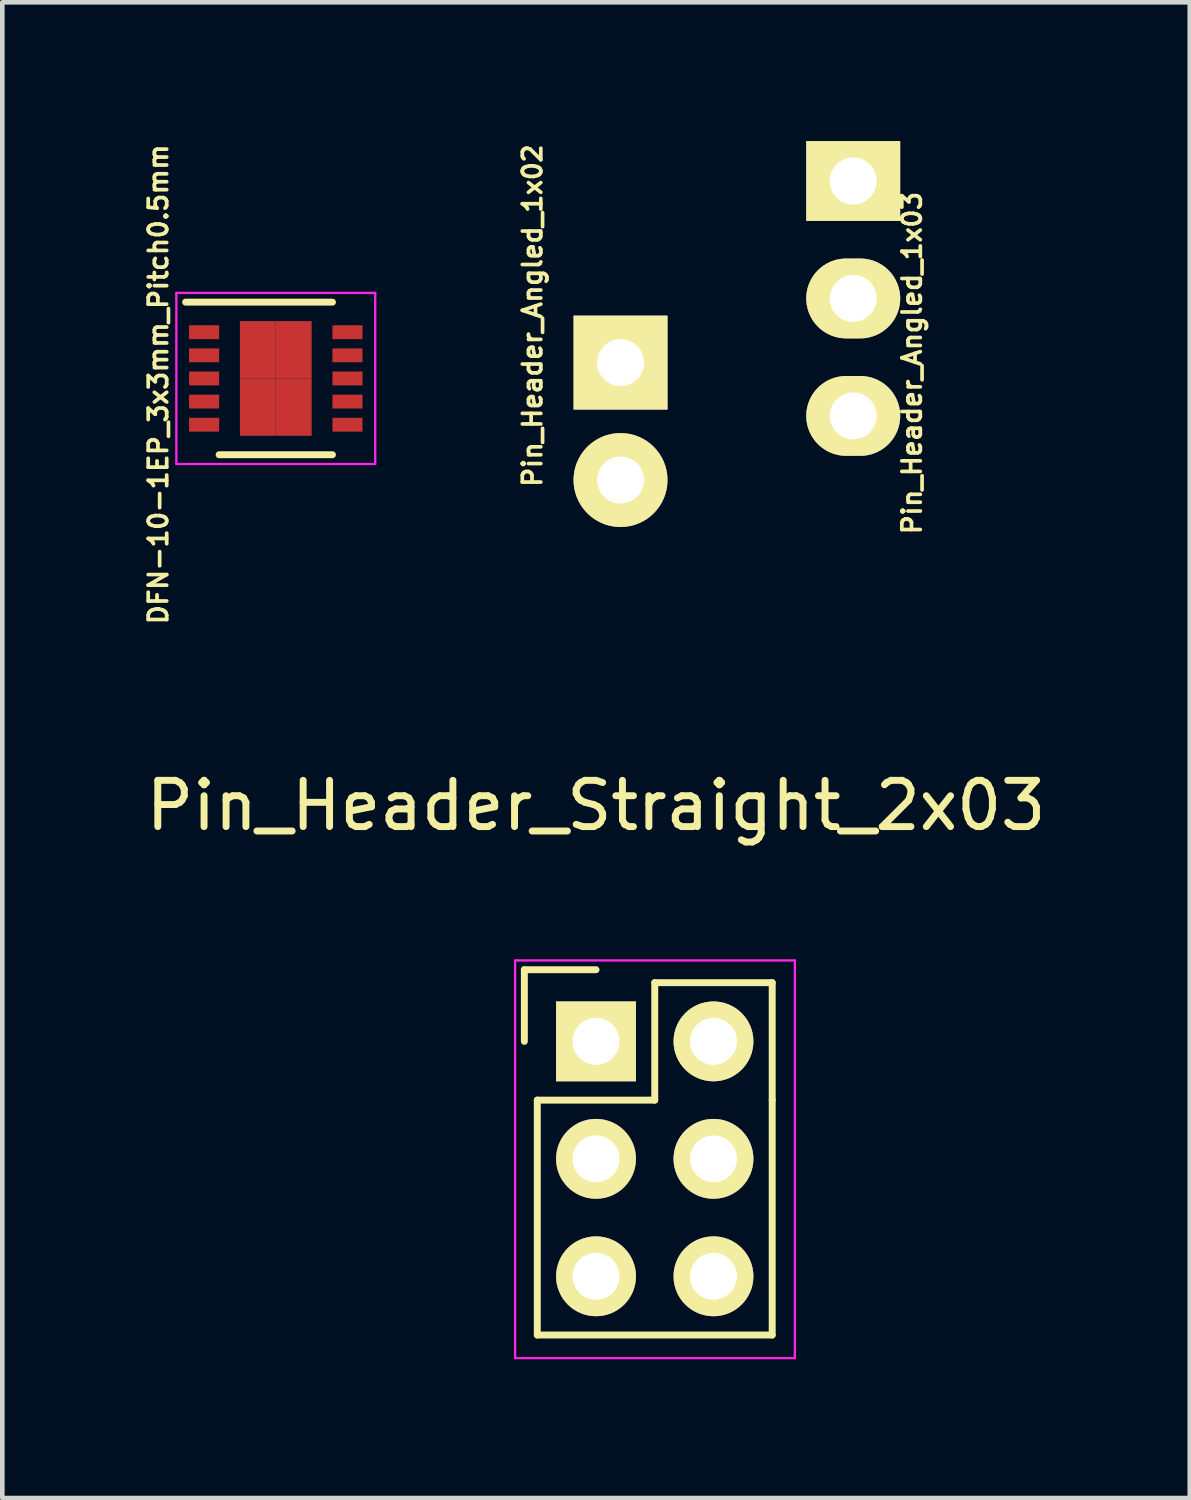
<source format=kicad_pcb>
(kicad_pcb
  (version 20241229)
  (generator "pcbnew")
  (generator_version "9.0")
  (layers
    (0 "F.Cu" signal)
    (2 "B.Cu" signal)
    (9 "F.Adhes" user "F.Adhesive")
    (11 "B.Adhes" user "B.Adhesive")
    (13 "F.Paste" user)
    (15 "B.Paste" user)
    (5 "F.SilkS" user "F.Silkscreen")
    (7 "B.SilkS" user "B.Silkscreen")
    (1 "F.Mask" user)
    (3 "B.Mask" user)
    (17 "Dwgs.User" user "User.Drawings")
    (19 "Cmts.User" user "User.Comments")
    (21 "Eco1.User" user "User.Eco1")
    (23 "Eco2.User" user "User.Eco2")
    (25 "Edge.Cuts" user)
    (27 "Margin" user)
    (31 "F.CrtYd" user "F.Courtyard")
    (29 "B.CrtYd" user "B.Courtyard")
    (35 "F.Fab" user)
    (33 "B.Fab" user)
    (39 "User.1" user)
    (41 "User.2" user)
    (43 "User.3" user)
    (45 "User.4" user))
  (footprint "Pin_Header_Angled_1x03"
    (layer "F.Cu")
    (at 15.401 0.864)
    (property "Reference" "Pin_Header_Angled_1x03" (at 1.27 3.937 90) (layer "F.SilkS") (effects (font (size 0.4 0.4) (thickness 0.08))))
    (attr through_hole)
    (pad "1" thru_hole rect (at 0 0) (size 2.032 1.727) (drill 1.016) (layers "*.Cu" "*.Mask" "F.SilkS"))
    (pad "2" thru_hole oval (at 0 2.54) (size 2.032 1.727) (drill 1.016) (layers "*.Cu" "*.Mask" "F.SilkS"))
    (pad "3" thru_hole oval (at 0 5.08) (size 2.032 1.727) (drill 1.016) (layers "*.Cu" "*.Mask" "F.SilkS")))
  (footprint "Pin_Header_Angled_1x02"
    (layer "F.Cu")
    (at 10.369 4.791)
    (property "Reference" "Pin_Header_Angled_1x02" (at -1.905 -1.016 90) (layer "F.SilkS") (effects (font (size 0.4 0.4) (thickness 0.08))))
    (attr through_hole)
    (pad "1" thru_hole rect (at 0 0) (size 2.032 2.032) (drill 1.016) (layers "*.Cu" "*.Mask" "F.SilkS"))
    (pad "2" thru_hole oval (at 0 2.54) (size 2.032 2.032) (drill 1.016) (layers "*.Cu" "*.Mask" "F.SilkS")))
  (footprint "DFN-10-1EP_3x3mm_Pitch0.5mm"
    (layer "F.Cu")
    (at 2.914 5.134)
    (property "Reference" "DFN-10-1EP_3x3mm_Pitch0.5mm" (at -2.54 0.127 90) (layer "F.SilkS") (effects (font (size 0.4 0.4) (thickness 0.08))))
    (attr smd)
    (fp_line (start -1.95 -1.65) (end 1.225 -1.65) (stroke (width 0.15) (type solid)) (layer "F.SilkS"))
    (fp_line (start -1.225 1.65) (end 1.225 1.65) (stroke (width 0.15) (type solid)) (layer "F.SilkS"))
    (fp_line (start -2.15 -1.85) (end -2.15 1.85) (stroke (width 0.05) (type solid)) (layer "F.CrtYd"))
    (fp_line (start -2.15 -1.85) (end 2.15 -1.85) (stroke (width 0.05) (type solid)) (layer "F.CrtYd"))
    (fp_line (start -2.15 1.85) (end 2.15 1.85) (stroke (width 0.05) (type solid)) (layer "F.CrtYd"))
    (fp_line (start 2.15 -1.85) (end 2.15 1.85) (stroke (width 0.05) (type solid)) (layer "F.CrtYd"))
    (pad "1" smd rect (at -1.55 -1) (size 0.65 0.3) (layers "F.Cu" "F.Mask" "F.Paste"))
    (pad "2" smd rect (at -1.55 -0.5) (size 0.65 0.3) (layers "F.Cu" "F.Mask" "F.Paste"))
    (pad "3" smd rect (at -1.55 0) (size 0.65 0.3) (layers "F.Cu" "F.Mask" "F.Paste"))
    (pad "4" smd rect (at -1.55 0.5) (size 0.65 0.3) (layers "F.Cu" "F.Mask" "F.Paste"))
    (pad "5" smd rect (at -1.55 1) (size 0.65 0.3) (layers "F.Cu" "F.Mask" "F.Paste"))
    (pad "6" smd rect (at 1.55 1) (size 0.65 0.3) (layers "F.Cu" "F.Mask" "F.Paste"))
    (pad "7" smd rect (at 1.55 0.5) (size 0.65 0.3) (layers "F.Cu" "F.Mask" "F.Paste"))
    (pad "8" smd rect (at 1.55 0) (size 0.65 0.3) (layers "F.Cu" "F.Mask" "F.Paste"))
    (pad "9" smd rect (at 1.55 -0.5) (size 0.65 0.3) (layers "F.Cu" "F.Mask" "F.Paste"))
    (pad "10" smd rect (at 1.55 -1) (size 0.65 0.3) (layers "F.Cu" "F.Mask" "F.Paste"))
    (pad "11" smd rect (at -0.388 -0.62) (size 0.775 1.24) (layers "F.Cu" "F.Mask" "F.Paste"))
    (pad "11" smd rect (at -0.388 0.62) (size 0.775 1.24) (layers "F.Cu" "F.Mask" "F.Paste"))
    (pad "11" smd rect (at 0.388 -0.62) (size 0.775 1.24) (layers "F.Cu" "F.Mask" "F.Paste"))
    (pad "11" smd rect (at 0.388 0.62) (size 0.775 1.24) (layers "F.Cu" "F.Mask" "F.Paste")))
  (footprint "Pin_Header_Straight_2x03"
    (layer "F.Cu")
    (at 9.839 19.47)
    (property "Reference" "Pin_Header_Straight_2x03" (at 0 -5.1 0) (layer "F.SilkS") (effects (font (size 1 1) (thickness 0.15))))
    (attr through_hole)
    (fp_line (start -1.55 -1.55) (end -1.55 0) (stroke (width 0.15) (type solid)) (layer "F.SilkS"))
    (fp_line (start -1.55 -1.55) (end 0 -1.55) (stroke (width 0.15) (type solid)) (layer "F.SilkS"))
    (fp_line (start -1.27 1.27) (end -1.27 6.35) (stroke (width 0.15) (type solid)) (layer "F.SilkS"))
    (fp_line (start -1.27 6.35) (end 3.81 6.35) (stroke (width 0.15) (type solid)) (layer "F.SilkS"))
    (fp_line (start 1.27 -1.27) (end 1.27 1.27) (stroke (width 0.15) (type solid)) (layer "F.SilkS"))
    (fp_line (start 1.27 1.27) (end -1.27 1.27) (stroke (width 0.15) (type solid)) (layer "F.SilkS"))
    (fp_line (start 3.81 -1.27) (end 1.27 -1.27) (stroke (width 0.15) (type solid)) (layer "F.SilkS"))
    (fp_line (start 3.81 1.27) (end 3.81 -1.27) (stroke (width 0.15) (type solid)) (layer "F.SilkS"))
    (fp_line (start 3.81 6.35) (end 3.81 1.27) (stroke (width 0.15) (type solid)) (layer "F.SilkS"))
    (fp_line (start -1.75 -1.75) (end -1.75 6.85) (stroke (width 0.05) (type solid)) (layer "F.CrtYd"))
    (fp_line (start -1.75 -1.75) (end 4.3 -1.75) (stroke (width 0.05) (type solid)) (layer "F.CrtYd"))
    (fp_line (start -1.75 6.85) (end 4.3 6.85) (stroke (width 0.05) (type solid)) (layer "F.CrtYd"))
    (fp_line (start 4.3 -1.75) (end 4.3 6.85) (stroke (width 0.05) (type solid)) (layer "F.CrtYd"))
    (pad "1" thru_hole rect (at 0 0) (size 1.727 1.727) (drill 1.016) (layers "*.Cu" "*.Mask" "F.SilkS"))
    (pad "2" thru_hole oval (at 2.54 0) (size 1.727 1.727) (drill 1.016) (layers "*.Cu" "*.Mask" "F.SilkS"))
    (pad "3" thru_hole oval (at 0 2.54) (size 1.727 1.727) (drill 1.016) (layers "*.Cu" "*.Mask" "F.SilkS"))
    (pad "4" thru_hole oval (at 2.54 2.54) (size 1.727 1.727) (drill 1.016) (layers "*.Cu" "*.Mask" "F.SilkS"))
    (pad "5" thru_hole oval (at 0 5.08) (size 1.727 1.727) (drill 1.016) (layers "*.Cu" "*.Mask" "F.SilkS"))
    (pad "6" thru_hole oval (at 2.54 5.08) (size 1.727 1.727) (drill 1.016) (layers "*.Cu" "*.Mask" "F.SilkS")))
  (gr_rect
    (start -3 -3)
    (end 22.679 29.345)
    (stroke (width 0.1) (type default))
    (fill no)
    (layer "Edge.Cuts")))
</source>
